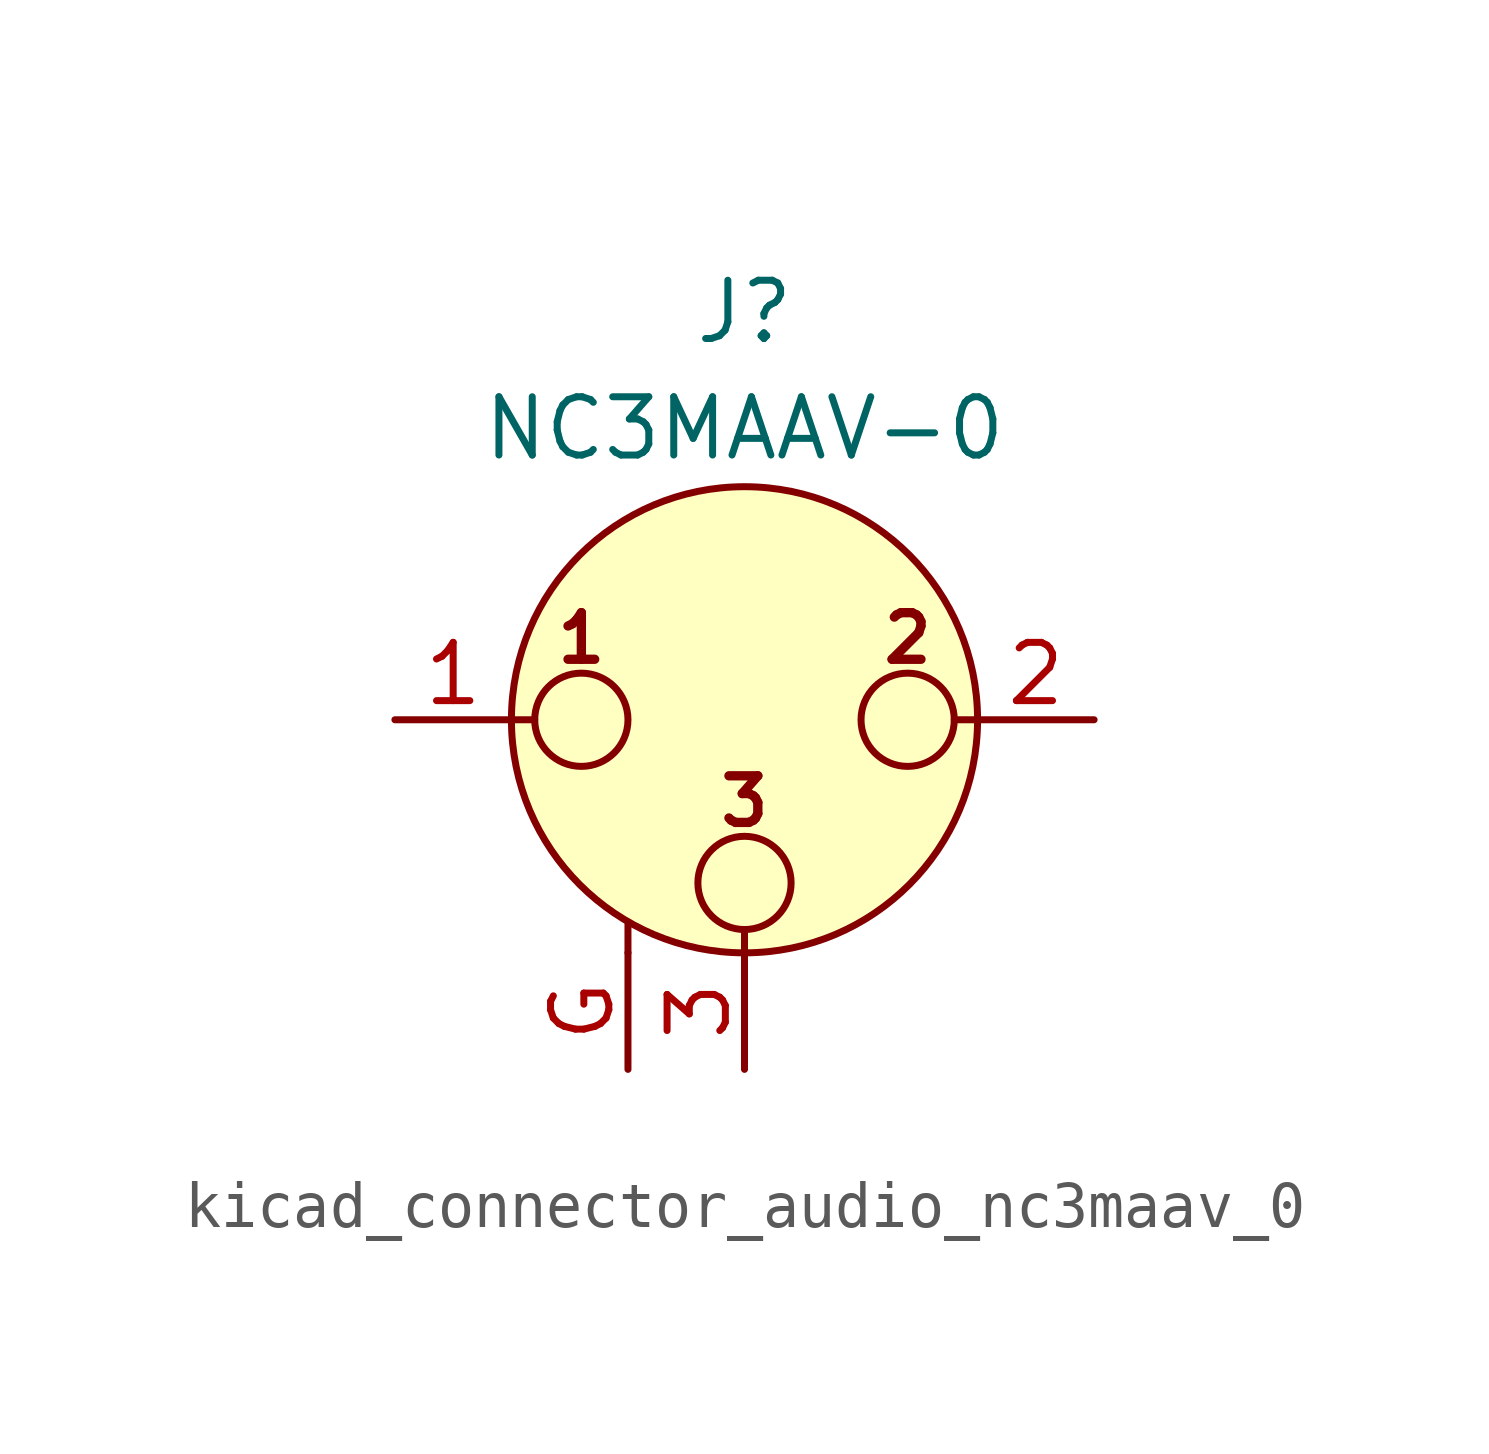
<source format=kicad_sym>
(kicad_symbol_lib
  (version 20220914)
  (generator kicad_symbol_editor)
  (symbol "kicad_connector_audio_nc3maav_0"
    (pin_names hide)
    (property "Reference" "J"
      (at 0 8.89 0)
      (effects (font (size 1.27 1.27))))
    (property "Value" "NC3MAAV-0"
      (at 0 6.35 0)
      (effects (font (size 1.27 1.27))))
    (symbol "kicad_connector_audio_nc3maav_0_0_1"
      (circle (center -3.556 0) (radius 1.016) (stroke (width 0) (type default)) (fill (type none)))
      (circle (center 0 -3.556) (radius 1.016) (stroke (width 0) (type default)) (fill (type none)))
      (polyline (pts (xy -5.08 0) (xy -4.572 0)) (stroke (width 0) (type default)) (fill (type none)))
      (polyline (pts (xy -2.54 -5.08) (xy -2.54 -4.445)) (stroke (width 0) (type default)) (fill (type none)))
      (polyline (pts (xy 0 -5.08) (xy 0 -4.572)) (stroke (width 0) (type default)) (fill (type none)))
      (polyline (pts (xy 5.08 0) (xy 4.572 0)) (stroke (width 0) (type default)) (fill (type none)))
      (circle (center 0 0) (radius 5.08) (stroke (width 0) (type default)) (fill (type background)))
      (circle (center 3.556 0) (radius 1.016) (stroke (width 0) (type default)) (fill (type none)))
      (text "1" (at -3.556 1.778 0) (effects (font (size 1.016 1.016) bold)))
      (text "2" (at 3.556 1.778 0) (effects (font (size 1.016 1.016) bold)))
      (text "3" (at 0 -1.778 0) (effects (font (size 1.016 1.016) bold)))
      (pin passive line (at -7.62 0 0) (length 2.54) (name "~" (effects (font (size 1.27 1.27)))) (number "1" (effects (font (size 1.27 1.27)))))
      (pin passive line (at 7.62 0 180) (length 2.54) (name "~" (effects (font (size 1.27 1.27)))) (number "2" (effects (font (size 1.27 1.27)))))
      (pin passive line (at 0 -7.62 90) (length 2.54) (name "~" (effects (font (size 1.27 1.27)))) (number "3" (effects (font (size 1.27 1.27))))))
    (symbol "kicad_connector_audio_nc3maav_0_1_1"
      (pin passive line (at -2.54 -7.62 90) (length 2.54) (name "~" (effects (font (size 1.27 1.27)))) (number "G" (effects (font (size 1.27 1.27))))))))
</source>
